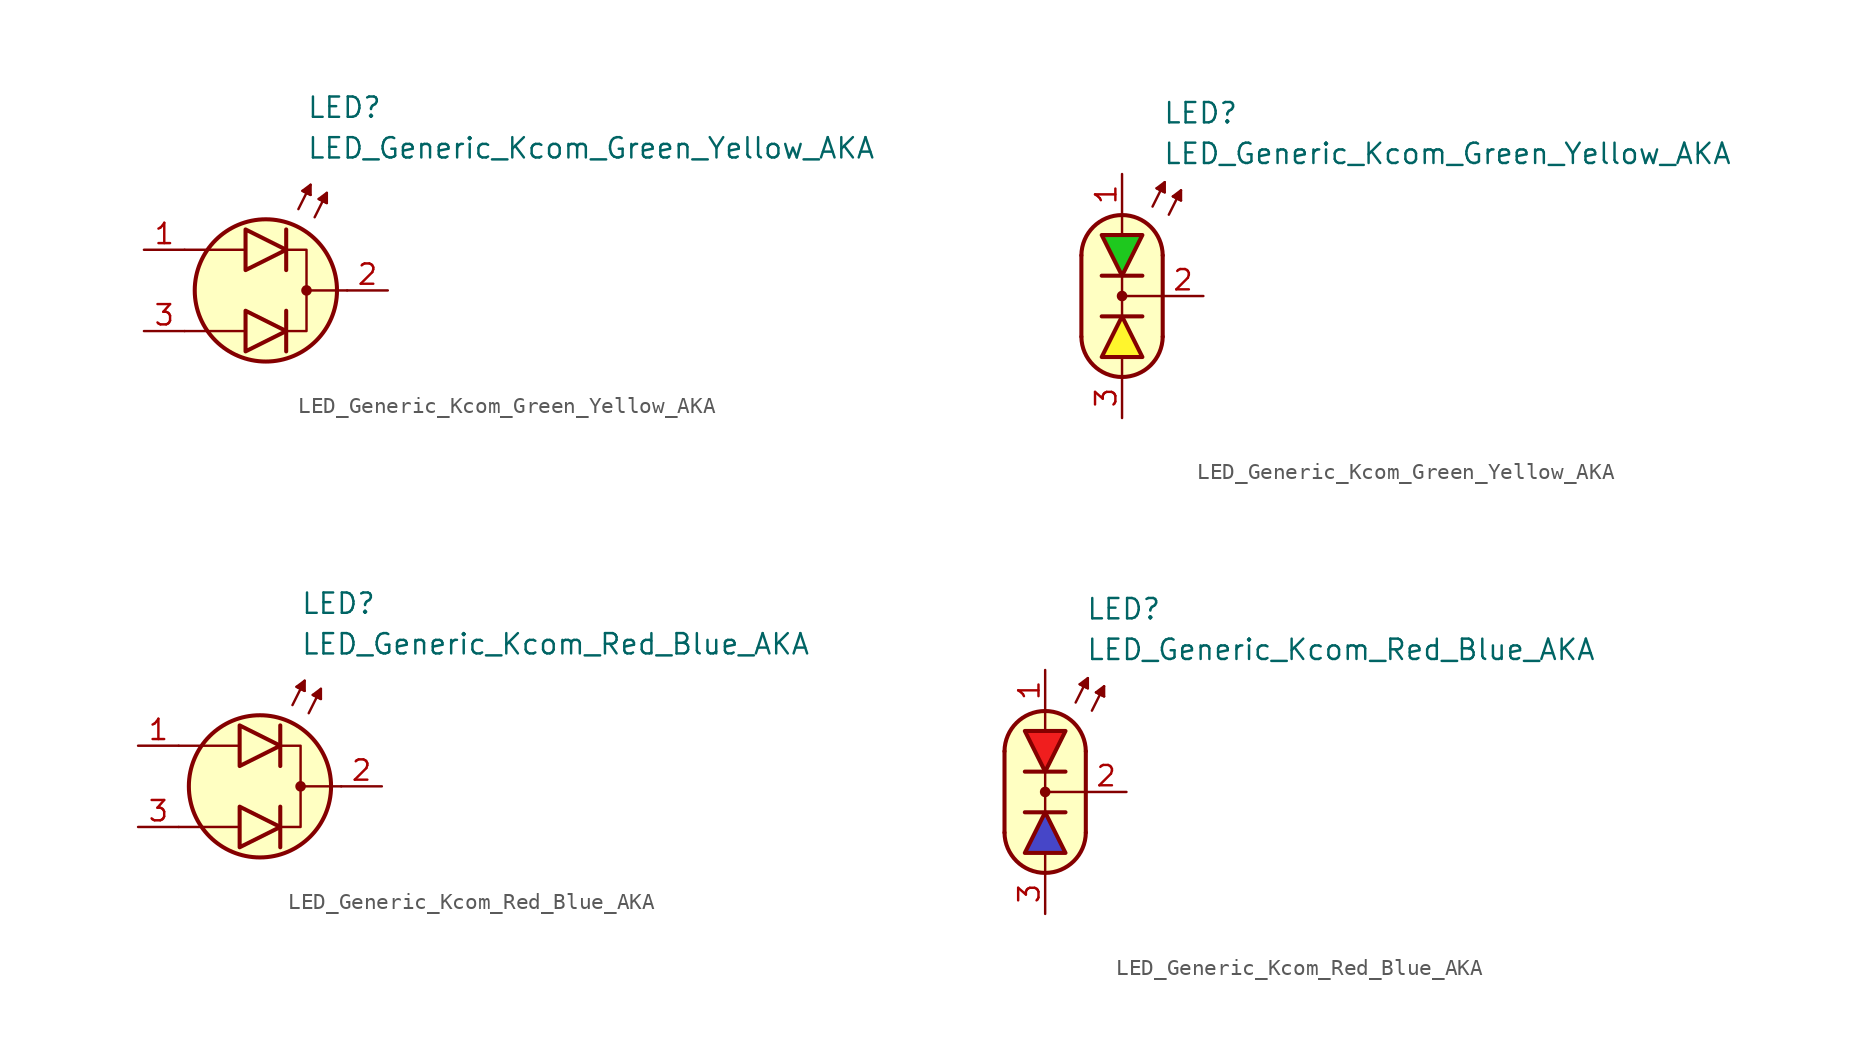
<source format=kicad_sym>
(kicad_symbol_lib
  (version 20231120)
  (generator "kicad_symbol_editor")
  (generator_version "8.0")
  (symbol "LED_Generic_Kcom_Green_Yellow_AKA"
    (pin_names
      (offset 1.016) hide)
    (property "Reference" "LED"
      (at 2.54 11.43 0)
      (effects (font (size 1.27 1.27)) (justify left)))
    (property "Value" "LED_Generic_Kcom_Green_Yellow_AKA"
      (at 2.54 8.89 0)
      (effects (font (size 1.27 1.27)) (justify left)))
    (symbol "LED_Generic_Kcom_Green_Yellow_AKA_0_1"
      (polyline (pts (xy -1.397 -2.54) (xy -5.08 -2.54)) (stroke (width 0.152) (type default)) (fill (type none)))
      (polyline (pts (xy -1.397 2.54) (xy -5.08 2.54)) (stroke (width 0.152) (type default)) (fill (type none)))
      (polyline (pts (xy 1.27 -1.27) (xy 1.27 -3.81)) (stroke (width 0.254) (type default)) (fill (type none)))
      (polyline (pts (xy 1.27 3.81) (xy 1.27 1.27)) (stroke (width 0.254) (type default)) (fill (type none)))
      (polyline (pts (xy 2.032 5.08) (xy 2.794 6.604)) (stroke (width 0.152) (type default)) (fill (type none)))
      (polyline (pts (xy 2.54 6.096) (xy 2.286 6.223)) (stroke (width 0.152) (type default)) (fill (type none)))
      (polyline (pts (xy 2.54 6.096) (xy 2.794 5.969)) (stroke (width 0.152) (type default)) (fill (type none)))
      (polyline (pts (xy 3.048 4.572) (xy 3.81 6.096)) (stroke (width 0.152) (type default)) (fill (type none)))
      (polyline (pts (xy 3.556 5.588) (xy 3.302 5.715)) (stroke (width 0.152) (type default)) (fill (type none)))
      (polyline (pts (xy 3.556 5.588) (xy 3.81 5.461)) (stroke (width 0.152) (type default)) (fill (type none)))
      (polyline (pts (xy 5.08 0) (xy 2.54 0)) (stroke (width 0.152) (type default)) (fill (type none)))
      (polyline (pts (xy -1.27 -1.27) (xy -1.27 -3.81) (xy 1.27 -2.54) (xy -1.27 -1.27)) (stroke (width 0.254) (type default)) (fill (type color) (color 255 245 45 1)))
      (polyline (pts (xy -1.27 3.81) (xy -1.27 1.27) (xy 1.27 2.54) (xy -1.27 3.81)) (stroke (width 0.254) (type default)) (fill (type color) (color 30 200 30 1)))
      (polyline (pts (xy 1.27 2.54) (xy 2.54 2.54) (xy 2.54 -2.54) (xy 1.27 -2.54)) (stroke (width 0.152) (type default)) (fill (type none)))
      (polyline (pts (xy 2.794 5.969) (xy 2.286 6.223) (xy 2.794 6.604) (xy 2.794 5.969)) (stroke (width 0.152) (type default)) (fill (type outline)))
      (polyline (pts (xy 3.81 5.461) (xy 3.302 5.715) (xy 3.81 6.096) (xy 3.81 5.461)) (stroke (width 0.152) (type default)) (fill (type outline)))
      (circle (center 0 0) (radius 4.445) (stroke (width 0.254) (type default)) (fill (type background)))
      (circle (center 2.54 0) (radius 0.254) (stroke (width 0) (type default)) (fill (type outline))))
    (symbol "LED_Generic_Kcom_Green_Yellow_AKA_0_2"
      (arc (start -2.54 -2.54) (mid 0 -5.0576) (end 2.54 -2.54) (stroke (width 0.254) (type default)) (fill (type none)))
      (polyline (pts (xy -2.54 2.54) (xy -2.54 -2.54)) (stroke (width 0.254) (type default)) (fill (type none)))
      (polyline (pts (xy -1.27 -1.27) (xy 1.27 -1.27)) (stroke (width 0.254) (type default)) (fill (type none)))
      (polyline (pts (xy 0 -5.08) (xy 0 -3.81)) (stroke (width 0) (type default)) (fill (type none)))
      (polyline (pts (xy 0 -1.27) (xy 0 1.27)) (stroke (width 0) (type default)) (fill (type none)))
      (polyline (pts (xy 0 5.08) (xy 0 3.81)) (stroke (width 0) (type default)) (fill (type none)))
      (polyline (pts (xy 1.27 1.27) (xy -1.27 1.27)) (stroke (width 0.254) (type default)) (fill (type none)))
      (polyline (pts (xy 1.905 5.588) (xy 2.667 7.112)) (stroke (width 0.152) (type default)) (fill (type none)))
      (polyline (pts (xy 2.413 6.604) (xy 2.159 6.731)) (stroke (width 0.152) (type default)) (fill (type none)))
      (polyline (pts (xy 2.413 6.604) (xy 2.667 6.477)) (stroke (width 0.152) (type default)) (fill (type none)))
      (polyline (pts (xy 2.54 -2.54) (xy 2.54 2.54)) (stroke (width 0.254) (type default)) (fill (type none)))
      (polyline (pts (xy 2.54 0) (xy 0 0)) (stroke (width 0) (type default)) (fill (type none)))
      (polyline (pts (xy 2.921 5.08) (xy 3.683 6.604)) (stroke (width 0.152) (type default)) (fill (type none)))
      (polyline (pts (xy 3.429 6.096) (xy 3.175 6.223)) (stroke (width 0.152) (type default)) (fill (type none)))
      (polyline (pts (xy 3.429 6.096) (xy 3.683 5.969)) (stroke (width 0.152) (type default)) (fill (type none)))
      (polyline (pts (xy 2.667 6.477) (xy 2.159 6.731) (xy 2.667 7.112) (xy 2.667 6.477)) (stroke (width 0.152) (type default)) (fill (type outline)))
      (polyline (pts (xy 3.683 5.969) (xy 3.175 6.223) (xy 3.683 6.604) (xy 3.683 5.969)) (stroke (width 0.152) (type default)) (fill (type outline)))
      (polyline (pts (xy 0 5.08) (xy 1.016 4.826) (xy 1.778 4.318) (xy 2.286 3.556) (xy 2.54 3.048) (xy 2.54 -2.794) (xy 2.286 -3.556) (xy 1.778 -4.318) (xy 1.016 -4.826) (xy 0.254 -5.08) (xy -0.254 -5.08) (xy -1.016 -4.826) (xy -1.524 -4.572) (xy -2.032 -4.064) (xy -2.286 -3.556) (xy -2.54 -2.794) (xy -2.54 2.794) (xy -2.286 3.556) (xy -2.032 4.064) (xy -1.524 4.572) (xy -1.016 4.826) (xy 0 5.08)) (stroke (width 0.01) (type default)) (fill (type background)))
      (circle (center 0 0) (radius 0.254) (stroke (width 0) (type default)) (fill (type outline)))
      (arc (start 2.54 2.54) (mid 0 5.0576) (end -2.54 2.54) (stroke (width 0.254) (type default)) (fill (type none))))
    (symbol "LED_Generic_Kcom_Green_Yellow_AKA_1_1"
      (pin passive line (at -7.62 2.54 0) (length 2.54) (name "A1" (effects (font (size 1.27 1.27)))) (number "1" (effects (font (size 1.27 1.27)))))
      (pin passive line (at 7.62 0 180) (length 2.54) (name "K" (effects (font (size 1.27 1.27)))) (number "2" (effects (font (size 1.27 1.27)))))
      (pin passive line (at -7.62 -2.54 0) (length 2.54) (name "A2" (effects (font (size 1.27 1.27)))) (number "3" (effects (font (size 1.27 1.27))))))
    (symbol "LED_Generic_Kcom_Green_Yellow_AKA_1_2"
      (polyline (pts (xy -1.27 -3.81) (xy 1.27 -3.81) (xy 0 -1.27) (xy -1.27 -3.81)) (stroke (width 0.254) (type default)) (fill (type color) (color 255 245 45 1)))
      (polyline (pts (xy 1.27 3.81) (xy -1.27 3.81) (xy 0 1.27) (xy 1.27 3.81)) (stroke (width 0.254) (type default)) (fill (type color) (color 30 200 30 1)))
      (pin passive line (at 0 7.62 270) (length 2.54) (name "A1" (effects (font (size 1.27 1.27)))) (number "1" (effects (font (size 1.27 1.27)))))
      (pin passive line (at 5.08 0 180) (length 2.54) (name "K" (effects (font (size 1.27 1.27)))) (number "2" (effects (font (size 1.27 1.27)))))
      (pin passive line (at 0 -7.62 90) (length 2.54) (name "A2" (effects (font (size 1.27 1.27)))) (number "3" (effects (font (size 1.27 1.27)))))))
  (symbol "LED_Generic_Kcom_Red_Blue_AKA"
    (pin_names
      (offset 1.016) hide)
    (property "Reference" "LED"
      (at 2.54 11.43 0)
      (effects (font (size 1.27 1.27)) (justify left)))
    (property "Value" "LED_Generic_Kcom_Red_Blue_AKA"
      (at 2.54 8.89 0)
      (effects (font (size 1.27 1.27)) (justify left)))
    (symbol "LED_Generic_Kcom_Red_Blue_AKA_0_1"
      (polyline (pts (xy -1.397 -2.54) (xy -5.08 -2.54)) (stroke (width 0.152) (type default)) (fill (type none)))
      (polyline (pts (xy -1.397 2.54) (xy -5.08 2.54)) (stroke (width 0.152) (type default)) (fill (type none)))
      (polyline (pts (xy 1.27 -1.27) (xy 1.27 -3.81)) (stroke (width 0.254) (type default)) (fill (type none)))
      (polyline (pts (xy 1.27 3.81) (xy 1.27 1.27)) (stroke (width 0.254) (type default)) (fill (type none)))
      (polyline (pts (xy 2.032 5.08) (xy 2.794 6.604)) (stroke (width 0.152) (type default)) (fill (type none)))
      (polyline (pts (xy 2.54 6.096) (xy 2.286 6.223)) (stroke (width 0.152) (type default)) (fill (type none)))
      (polyline (pts (xy 2.54 6.096) (xy 2.794 5.969)) (stroke (width 0.152) (type default)) (fill (type none)))
      (polyline (pts (xy 3.048 4.572) (xy 3.81 6.096)) (stroke (width 0.152) (type default)) (fill (type none)))
      (polyline (pts (xy 3.556 5.588) (xy 3.302 5.715)) (stroke (width 0.152) (type default)) (fill (type none)))
      (polyline (pts (xy 3.556 5.588) (xy 3.81 5.461)) (stroke (width 0.152) (type default)) (fill (type none)))
      (polyline (pts (xy 5.08 0) (xy 2.54 0)) (stroke (width 0.152) (type default)) (fill (type none)))
      (polyline (pts (xy -1.27 -1.27) (xy -1.27 -3.81) (xy 1.27 -2.54) (xy -1.27 -1.27)) (stroke (width 0.254) (type default)) (fill (type color) (color 70 70 200 1)))
      (polyline (pts (xy -1.27 3.81) (xy -1.27 1.27) (xy 1.27 2.54) (xy -1.27 3.81)) (stroke (width 0.254) (type default)) (fill (type color) (color 240 30 30 1)))
      (polyline (pts (xy 1.27 2.54) (xy 2.54 2.54) (xy 2.54 -2.54) (xy 1.27 -2.54)) (stroke (width 0.152) (type default)) (fill (type none)))
      (polyline (pts (xy 2.794 5.969) (xy 2.286 6.223) (xy 2.794 6.604) (xy 2.794 5.969)) (stroke (width 0.152) (type default)) (fill (type outline)))
      (polyline (pts (xy 3.81 5.461) (xy 3.302 5.715) (xy 3.81 6.096) (xy 3.81 5.461)) (stroke (width 0.152) (type default)) (fill (type outline)))
      (circle (center 0 0) (radius 4.445) (stroke (width 0.254) (type default)) (fill (type background)))
      (circle (center 2.54 0) (radius 0.254) (stroke (width 0) (type default)) (fill (type outline))))
    (symbol "LED_Generic_Kcom_Red_Blue_AKA_0_2"
      (arc (start -2.54 -2.54) (mid 0 -5.0576) (end 2.54 -2.54) (stroke (width 0.254) (type default)) (fill (type none)))
      (polyline (pts (xy -2.54 2.54) (xy -2.54 -2.54)) (stroke (width 0.254) (type default)) (fill (type none)))
      (polyline (pts (xy -1.27 -1.27) (xy 1.27 -1.27)) (stroke (width 0.254) (type default)) (fill (type none)))
      (polyline (pts (xy 0 -5.08) (xy 0 -3.81)) (stroke (width 0) (type default)) (fill (type none)))
      (polyline (pts (xy 0 -1.27) (xy 0 1.27)) (stroke (width 0) (type default)) (fill (type none)))
      (polyline (pts (xy 0 5.08) (xy 0 3.81)) (stroke (width 0) (type default)) (fill (type none)))
      (polyline (pts (xy 1.27 1.27) (xy -1.27 1.27)) (stroke (width 0.254) (type default)) (fill (type none)))
      (polyline (pts (xy 1.905 5.588) (xy 2.667 7.112)) (stroke (width 0.152) (type default)) (fill (type none)))
      (polyline (pts (xy 2.413 6.604) (xy 2.159 6.731)) (stroke (width 0.152) (type default)) (fill (type none)))
      (polyline (pts (xy 2.413 6.604) (xy 2.667 6.477)) (stroke (width 0.152) (type default)) (fill (type none)))
      (polyline (pts (xy 2.54 -2.54) (xy 2.54 2.54)) (stroke (width 0.254) (type default)) (fill (type none)))
      (polyline (pts (xy 2.54 0) (xy 0 0)) (stroke (width 0) (type default)) (fill (type none)))
      (polyline (pts (xy 2.921 5.08) (xy 3.683 6.604)) (stroke (width 0.152) (type default)) (fill (type none)))
      (polyline (pts (xy 3.429 6.096) (xy 3.175 6.223)) (stroke (width 0.152) (type default)) (fill (type none)))
      (polyline (pts (xy 3.429 6.096) (xy 3.683 5.969)) (stroke (width 0.152) (type default)) (fill (type none)))
      (polyline (pts (xy 2.667 6.477) (xy 2.159 6.731) (xy 2.667 7.112) (xy 2.667 6.477)) (stroke (width 0.152) (type default)) (fill (type outline)))
      (polyline (pts (xy 3.683 5.969) (xy 3.175 6.223) (xy 3.683 6.604) (xy 3.683 5.969)) (stroke (width 0.152) (type default)) (fill (type outline)))
      (polyline (pts (xy 0 5.08) (xy 1.016 4.826) (xy 1.778 4.318) (xy 2.286 3.556) (xy 2.54 3.048) (xy 2.54 -2.794) (xy 2.286 -3.556) (xy 1.778 -4.318) (xy 1.016 -4.826) (xy 0.254 -5.08) (xy -0.254 -5.08) (xy -1.016 -4.826) (xy -1.524 -4.572) (xy -2.032 -4.064) (xy -2.286 -3.556) (xy -2.54 -2.794) (xy -2.54 2.794) (xy -2.286 3.556) (xy -2.032 4.064) (xy -1.524 4.572) (xy -1.016 4.826) (xy 0 5.08)) (stroke (width 0.01) (type default)) (fill (type background)))
      (circle (center 0 0) (radius 0.254) (stroke (width 0) (type default)) (fill (type outline)))
      (arc (start 2.54 2.54) (mid 0 5.0576) (end -2.54 2.54) (stroke (width 0.254) (type default)) (fill (type none))))
    (symbol "LED_Generic_Kcom_Red_Blue_AKA_1_1"
      (pin passive line (at -7.62 2.54 0) (length 2.54) (name "A1" (effects (font (size 1.27 1.27)))) (number "1" (effects (font (size 1.27 1.27)))))
      (pin passive line (at 7.62 0 180) (length 2.54) (name "K" (effects (font (size 1.27 1.27)))) (number "2" (effects (font (size 1.27 1.27)))))
      (pin passive line (at -7.62 -2.54 0) (length 2.54) (name "A2" (effects (font (size 1.27 1.27)))) (number "3" (effects (font (size 1.27 1.27))))))
    (symbol "LED_Generic_Kcom_Red_Blue_AKA_1_2"
      (polyline (pts (xy -1.27 -3.81) (xy 1.27 -3.81) (xy 0 -1.27) (xy -1.27 -3.81)) (stroke (width 0.254) (type default)) (fill (type color) (color 70 70 200 1)))
      (polyline (pts (xy 1.27 3.81) (xy -1.27 3.81) (xy 0 1.27) (xy 1.27 3.81)) (stroke (width 0.254) (type default)) (fill (type color) (color 240 30 30 1)))
      (pin passive line (at 0 7.62 270) (length 2.54) (name "A1" (effects (font (size 1.27 1.27)))) (number "1" (effects (font (size 1.27 1.27)))))
      (pin passive line (at 5.08 0 180) (length 2.54) (name "K" (effects (font (size 1.27 1.27)))) (number "2" (effects (font (size 1.27 1.27)))))
      (pin passive line (at 0 -7.62 90) (length 2.54) (name "A2" (effects (font (size 1.27 1.27)))) (number "3" (effects (font (size 1.27 1.27))))))))
</source>
